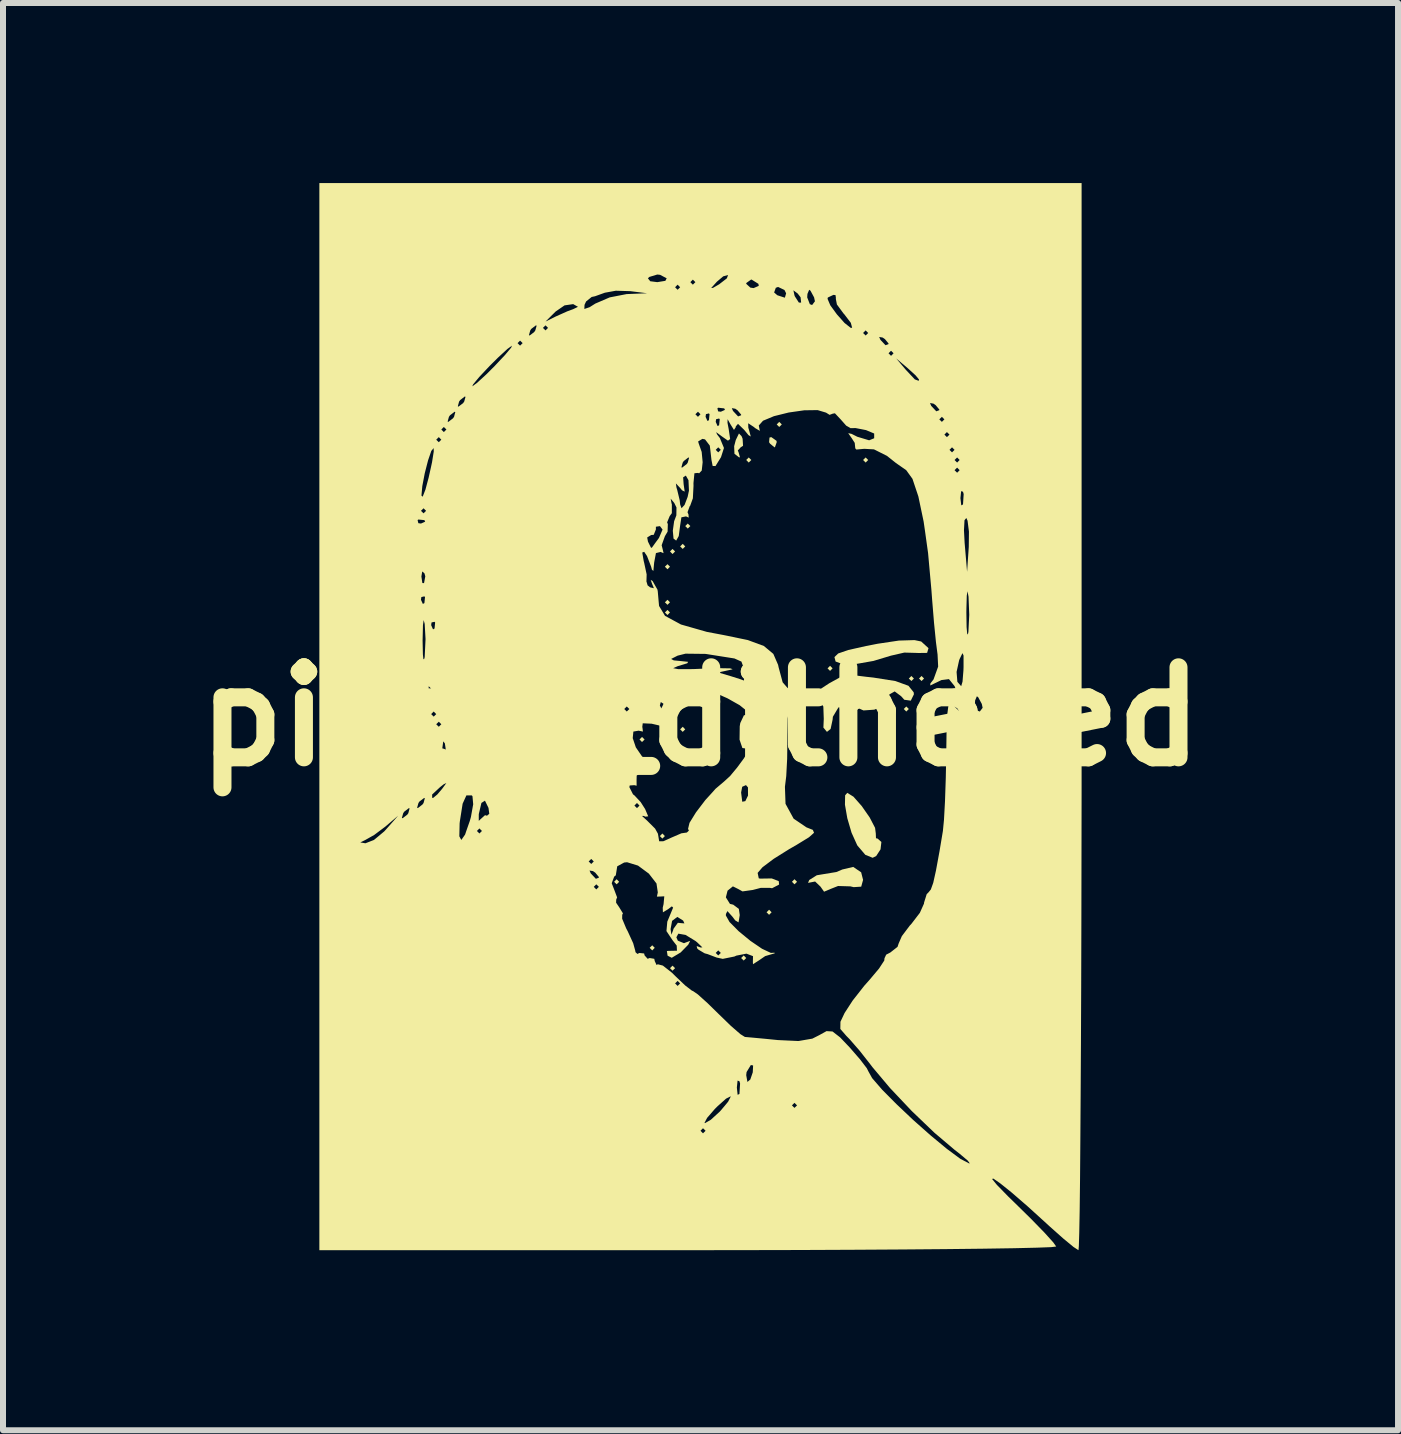
<source format=kicad_pcb>
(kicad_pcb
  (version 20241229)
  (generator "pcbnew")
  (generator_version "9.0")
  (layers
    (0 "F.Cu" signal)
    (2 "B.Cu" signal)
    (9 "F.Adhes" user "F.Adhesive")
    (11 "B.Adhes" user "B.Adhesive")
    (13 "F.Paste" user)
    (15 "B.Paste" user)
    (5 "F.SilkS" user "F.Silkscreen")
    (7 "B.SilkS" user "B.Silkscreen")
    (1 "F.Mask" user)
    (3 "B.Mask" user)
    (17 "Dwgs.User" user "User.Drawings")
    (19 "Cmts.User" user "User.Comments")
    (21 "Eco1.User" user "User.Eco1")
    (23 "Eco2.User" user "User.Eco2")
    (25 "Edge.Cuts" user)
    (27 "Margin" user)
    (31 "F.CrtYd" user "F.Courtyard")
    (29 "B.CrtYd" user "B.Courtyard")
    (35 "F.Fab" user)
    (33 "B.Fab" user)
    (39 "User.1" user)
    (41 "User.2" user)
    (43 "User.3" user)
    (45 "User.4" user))
  (footprint "pister_dithered"
    (layer "F.Cu")
    (at 8.621 8.89)
    (property "Reference" "pister_dithered" (at 0 0 0) (layer "F.SilkS") (effects (font (size 1.5 1.5) (thickness 0.3))))
    (attr board_only exclude_from_pos_files exclude_from_bom)
    (fp_poly (pts (xy -1.355 2.752) (xy -1.397 2.794) (xy -1.439 2.752) (xy -1.397 2.709)) (stroke (width 0) (type solid)) (fill yes) (layer "F.SilkS"))
    (fp_poly (pts (xy -0.931 0.381) (xy -0.974 0.423) (xy -1.016 0.381) (xy -0.974 0.339)) (stroke (width 0) (type solid)) (fill yes) (layer "F.SilkS"))
    (fp_poly (pts (xy -0.762 3.852) (xy -0.804 3.895) (xy -0.847 3.852) (xy -0.804 3.81)) (stroke (width 0) (type solid)) (fill yes) (layer "F.SilkS"))
    (fp_poly (pts (xy -0.593 1.99) (xy -0.635 2.032) (xy -0.677 1.99) (xy -0.635 1.947)) (stroke (width 0) (type solid)) (fill yes) (layer "F.SilkS"))
    (fp_poly (pts (xy -0.508 -2.498) (xy -0.55 -2.455) (xy -0.593 -2.498) (xy -0.55 -2.54)) (stroke (width 0) (type solid)) (fill yes) (layer "F.SilkS"))
    (fp_poly (pts (xy -0.508 -1.905) (xy -0.55 -1.863) (xy -0.593 -1.905) (xy -0.55 -1.947)) (stroke (width 0) (type solid)) (fill yes) (layer "F.SilkS"))
    (fp_poly (pts (xy -0.508 -1.736) (xy -0.55 -1.693) (xy -0.593 -1.736) (xy -0.55 -1.778)) (stroke (width 0) (type solid)) (fill yes) (layer "F.SilkS"))
    (fp_poly (pts (xy -0.423 -2.752) (xy -0.466 -2.709) (xy -0.508 -2.752) (xy -0.466 -2.794)) (stroke (width 0) (type solid)) (fill yes) (layer "F.SilkS"))
    (fp_poly (pts (xy -0.423 4.191) (xy -0.466 4.233) (xy -0.508 4.191) (xy -0.466 4.149)) (stroke (width 0) (type solid)) (fill yes) (layer "F.SilkS"))
    (fp_poly (pts (xy -0.254 -2.836) (xy -0.296 -2.794) (xy -0.339 -2.836) (xy -0.296 -2.879)) (stroke (width 0) (type solid)) (fill yes) (layer "F.SilkS"))
    (fp_poly (pts (xy -0.254 0.212) (xy -0.296 0.254) (xy -0.339 0.212) (xy -0.296 0.169)) (stroke (width 0) (type solid)) (fill yes) (layer "F.SilkS"))
    (fp_poly (pts (xy -0.169 -3.175) (xy -0.212 -3.133) (xy -0.254 -3.175) (xy -0.212 -3.217)) (stroke (width 0) (type solid)) (fill yes) (layer "F.SilkS"))
    (fp_poly (pts (xy 0.762 4.022) (xy 0.72 4.064) (xy 0.677 4.022) (xy 0.72 3.979)) (stroke (width 0) (type solid)) (fill yes) (layer "F.SilkS"))
    (fp_poly (pts (xy 0.847 -4.276) (xy 0.804 -4.233) (xy 0.762 -4.276) (xy 0.804 -4.318)) (stroke (width 0) (type solid)) (fill yes) (layer "F.SilkS"))
    (fp_poly (pts (xy 1.185 3.26) (xy 1.143 3.302) (xy 1.101 3.26) (xy 1.143 3.217)) (stroke (width 0) (type solid)) (fill yes) (layer "F.SilkS"))
    (fp_poly (pts (xy 1.355 -4.868) (xy 1.312 -4.826) (xy 1.27 -4.868) (xy 1.312 -4.911)) (stroke (width 0) (type solid)) (fill yes) (layer "F.SilkS"))
    (fp_poly (pts (xy 1.609 2.752) (xy 1.566 2.794) (xy 1.524 2.752) (xy 1.566 2.709)) (stroke (width 0) (type solid)) (fill yes) (layer "F.SilkS"))
    (fp_poly (pts (xy 2.201 -0.804) (xy 2.159 -0.762) (xy 2.117 -0.804) (xy 2.159 -0.847)) (stroke (width 0) (type solid)) (fill yes) (layer "F.SilkS"))
    (fp_poly (pts (xy 2.794 -4.276) (xy 2.752 -4.233) (xy 2.709 -4.276) (xy 2.752 -4.318)) (stroke (width 0) (type solid)) (fill yes) (layer "F.SilkS"))
    (fp_poly (pts (xy 3.471 -0.127) (xy 3.429 -0.085) (xy 3.387 -0.127) (xy 3.429 -0.169)) (stroke (width 0) (type solid)) (fill yes) (layer "F.SilkS"))
    (fp_poly (pts (xy 3.556 -0.635) (xy 3.514 -0.593) (xy 3.471 -0.635) (xy 3.514 -0.677)) (stroke (width 0) (type solid)) (fill yes) (layer "F.SilkS"))
    (fp_poly (pts (xy 3.725 -0.635) (xy 3.683 -0.593) (xy 3.641 -0.635) (xy 3.683 -0.677)) (stroke (width 0) (type solid)) (fill yes) (layer "F.SilkS"))
    (fp_poly (pts (xy 3.895 -0.381) (xy 3.852 -0.339) (xy 3.81 -0.381) (xy 3.852 -0.423)) (stroke (width 0) (type solid)) (fill yes) (layer "F.SilkS"))
    (fp_poly (pts (xy 1.267 -4.595) (xy 1.27 -4.572) (xy 1.241 -4.49) (xy 1.233 -4.487) (xy 1.16 -4.547) (xy 1.143 -4.572) (xy 1.15 -4.65) (xy 1.18 -4.657)) (stroke (width 0) (type solid)) (fill yes) (layer "F.SilkS"))
    (fp_poly (pts (xy 0.685 -4.672) (xy 0.702 -4.629) (xy 0.709 -4.512) (xy 0.67 -4.487) (xy 0.622 -4.435) (xy 0.635 -4.403) (xy 0.657 -4.324) (xy 0.645 -4.318) (xy 0.569 -4.377) (xy 0.566 -4.381) (xy 0.561 -4.505) (xy 0.588 -4.608) (xy 0.641 -4.718)) (stroke (width 0) (type solid)) (fill yes) (layer "F.SilkS"))
    (fp_poly (pts (xy 2.677 2.594) (xy 2.709 2.72) (xy 2.678 2.833) (xy 2.552 2.841) (xy 2.497 2.828) (xy 2.292 2.822) (xy 2.168 2.871) (xy 2.059 2.917) (xy 2 2.833) (xy 1.91 2.747) (xy 1.85 2.759) (xy 1.792 2.77) (xy 1.812 2.722) (xy 1.938 2.643) (xy 2.058 2.623) (xy 2.265 2.589) (xy 2.363 2.547) (xy 2.545 2.504)) (stroke (width 0) (type solid)) (fill yes) (layer "F.SilkS"))
    (fp_poly (pts (xy 2.549 1.334) (xy 2.686 1.489) (xy 2.819 1.68) (xy 2.909 1.853) (xy 2.921 1.948) (xy 2.924 2.026) (xy 2.951 2.032) (xy 3.014 2.089) (xy 3 2.211) (xy 2.928 2.322) (xy 2.869 2.352) (xy 2.747 2.303) (xy 2.617 2.151) (xy 2.61 2.14) (xy 2.517 1.934) (xy 2.446 1.692) (xy 2.407 1.467) (xy 2.41 1.311) (xy 2.446 1.27)) (stroke (width 0) (type solid)) (fill yes) (layer "F.SilkS"))
    (fp_poly (pts (xy 3.677 -1.252) (xy 3.799 -1.141) (xy 3.776 -1.062) (xy 3.622 -1.06) (xy 3.616 -1.061) (xy 3.396 -1.067) (xy 3.174 -1.016) (xy 2.882 -0.928) (xy 2.598 -0.878) (xy 2.371 -0.873) (xy 2.252 -0.918) (xy 2.251 -0.919) (xy 2.232 -0.992) (xy 2.294 -1.052) (xy 2.462 -1.11) (xy 2.761 -1.177) (xy 2.95 -1.214) (xy 3.305 -1.267) (xy 3.566 -1.275)) (stroke (width 0) (type solid)) (fill yes) (layer "F.SilkS"))
    (fp_poly (pts (xy 2.558 -0.689) (xy 2.768 -0.663) (xy 2.879 -0.651) (xy 3.247 -0.593) (xy 3.465 -0.514) (xy 3.552 -0.406) (xy 3.556 -0.372) (xy 3.504 -0.266) (xy 3.396 -0.281) (xy 3.344 -0.339) (xy 3.236 -0.42) (xy 3.147 -0.37) (xy 3.133 -0.298) (xy 3.061 -0.188) (xy 2.897 -0.116) (xy 2.716 -0.103) (xy 2.611 -0.149) (xy 2.454 -0.212) (xy 2.297 -0.151) (xy 2.206 0.002) (xy 2.201 0.052) (xy 2.168 0.206) (xy 2.107 0.254) (xy 2.048 0.183) (xy 2.054 0.038) (xy 2.047 -0.167) (xy 1.987 -0.287) (xy 1.941 -0.376) (xy 1.944 -0.381) (xy 2.879 -0.381) (xy 2.921 -0.339) (xy 2.963 -0.381) (xy 2.921 -0.423) (xy 2.879 -0.381) (xy 1.944 -0.381) (xy 2.014 -0.47) (xy 2.146 -0.556) (xy 2.331 -0.658) (xy 2.446 -0.704) (xy 2.455 -0.704)) (stroke (width 0) (type solid)) (fill yes) (layer "F.SilkS"))
    (fp_poly (pts (xy 6.35 0) (xy 6.35 1.211) (xy 6.348 2.374) (xy 6.346 3.477) (xy 6.343 4.509) (xy 6.339 5.459) (xy 6.334 6.317) (xy 6.329 7.07) (xy 6.324 7.708) (xy 6.318 8.22) (xy 6.311 8.595) (xy 6.304 8.822) (xy 6.298 8.89) (xy 6.215 8.836) (xy 6.044 8.695) (xy 5.817 8.493) (xy 5.765 8.445) (xy 5.448 8.157) (xy 5.187 7.931) (xy 4.994 7.776) (xy 4.88 7.697) (xy 4.858 7.703) (xy 4.938 7.801) (xy 5.131 7.999) (xy 5.228 8.093) (xy 5.505 8.365) (xy 5.73 8.596) (xy 5.878 8.76) (xy 5.927 8.829) (xy 5.844 8.839) (xy 5.606 8.848) (xy 5.225 8.857) (xy 4.714 8.865) (xy 4.087 8.872) (xy 3.358 8.878) (xy 2.539 8.883) (xy 1.644 8.887) (xy 0.686 8.889) (xy -0.212 8.89) (xy -6.35 8.89) (xy -6.35 6.9) (xy 0 6.9) (xy 0.042 6.943) (xy 0.085 6.9) (xy 0.042 6.858) (xy 0 6.9) (xy -6.35 6.9) (xy -6.35 6.768) (xy 0.067 6.768) (xy 0.075 6.773) (xy 0.172 6.717) (xy 0.321 6.581) (xy 0.338 6.562) (xy 0.41 6.477) (xy 1.524 6.477) (xy 1.566 6.519) (xy 1.609 6.477) (xy 1.566 6.435) (xy 1.524 6.477) (xy 0.41 6.477) (xy 0.461 6.415) (xy 0.504 6.331) (xy 0.501 6.327) (xy 0.426 6.365) (xy 0.284 6.492) (xy 0.238 6.538) (xy 0.11 6.686) (xy 0.067 6.768) (xy -6.35 6.768) (xy -6.35 6.181) (xy 0.606 6.181) (xy 0.619 6.301) (xy 0.649 6.287) (xy 0.66 6.113) (xy 0.649 6.075) (xy 0.618 6.064) (xy 0.606 6.181) (xy -6.35 6.181) (xy -6.35 5.974) (xy 0.762 5.974) (xy 0.782 6.087) (xy 0.83 6.046) (xy 0.871 5.927) (xy 0.877 5.812) (xy 0.839 5.805) (xy 0.768 5.922) (xy 0.762 5.974) (xy -6.35 5.974) (xy -6.35 4.445) (xy -0.423 4.445) (xy -0.381 4.487) (xy -0.339 4.445) (xy -0.381 4.403) (xy -0.423 4.445) (xy -6.35 4.445) (xy -6.35 2.836) (xy -1.778 2.836) (xy -1.736 2.879) (xy -1.693 2.836) (xy -1.736 2.794) (xy -1.778 2.836) (xy -6.35 2.836) (xy -6.35 2.776) (xy -1.479 2.776) (xy -1.437 2.884) (xy -1.389 3.012) (xy -1.404 3.048) (xy -1.406 3.1) (xy -1.355 3.175) (xy -1.292 3.278) (xy -1.304 3.302) (xy -1.305 3.367) (xy -1.238 3.528) (xy -1.212 3.577) (xy -1.121 3.776) (xy -1.084 3.91) (xy -1.085 3.922) (xy -1.051 3.954) (xy -1.018 3.938) (xy -0.939 3.946) (xy -0.931 3.979) (xy -0.88 4.035) (xy -0.847 4.022) (xy -0.77 4.035) (xy -0.762 4.073) (xy -0.732 4.138) (xy -0.711 4.126) (xy -0.627 4.148) (xy -0.478 4.265) (xy -0.418 4.324) (xy -0.255 4.479) (xy -0.142 4.566) (xy -0.125 4.572) (xy -0.044 4.628) (xy 0.117 4.773) (xy 0.301 4.953) (xy 0.506 5.152) (xy 0.666 5.291) (xy 0.74 5.337) (xy 0.854 5.347) (xy 1.08 5.368) (xy 1.291 5.389) (xy 1.632 5.405) (xy 1.864 5.365) (xy 1.977 5.308) (xy 2.1 5.24) (xy 2.2 5.246) (xy 2.326 5.344) (xy 2.486 5.512) (xy 2.658 5.71) (xy 2.771 5.858) (xy 2.796 5.908) (xy 2.86 6.023) (xy 3.026 6.215) (xy 3.265 6.456) (xy 3.544 6.72) (xy 3.835 6.978) (xy 4.107 7.203) (xy 4.329 7.367) (xy 4.471 7.442) (xy 4.487 7.444) (xy 4.454 7.398) (xy 4.319 7.284) (xy 4.233 7.217) (xy 3.899 6.934) (xy 3.521 6.572) (xy 3.158 6.188) (xy 2.866 5.841) (xy 2.835 5.8) (xy 2.653 5.568) (xy 2.485 5.375) (xy 2.43 5.319) (xy 2.33 5.204) (xy 2.332 5.084) (xy 2.401 4.938) (xy 2.536 4.73) (xy 2.73 4.483) (xy 2.818 4.384) (xy 2.975 4.197) (xy 3.062 4.064) (xy 3.066 4.026) (xy 3.094 3.966) (xy 3.163 3.93) (xy 3.283 3.836) (xy 3.302 3.779) (xy 3.355 3.657) (xy 3.486 3.483) (xy 3.514 3.453) (xy 3.655 3.269) (xy 3.724 3.115) (xy 3.725 3.099) (xy 3.769 2.958) (xy 3.799 2.928) (xy 3.838 2.88) (xy 3.878 2.769) (xy 3.923 2.567) (xy 3.982 2.247) (xy 4.039 1.905) (xy 4.057 1.719) (xy 4.074 1.409) (xy 4.087 1.022) (xy 4.094 0.668) (xy 4.1 0.25) (xy 4.11 -0.022) (xy 4.129 -0.171) (xy 4.16 -0.221) (xy 4.208 -0.195) (xy 4.255 -0.145) (xy 4.361 -0.047) (xy 4.403 -0.055) (xy 4.349 -0.18) (xy 4.322 -0.212) (xy 4.572 -0.212) (xy 4.616 -0.099) (xy 4.654 -0.085) (xy 4.701 -0.147) (xy 4.687 -0.212) (xy 4.627 -0.323) (xy 4.605 -0.339) (xy 4.576 -0.27) (xy 4.572 -0.212) (xy 4.322 -0.212) (xy 4.301 -0.237) (xy 4.244 -0.322) (xy 4.262 -0.339) (xy 4.277 -0.4) (xy 4.233 -0.509) (xy 4.14 -0.625) (xy 4.014 -0.609) (xy 3.955 -0.58) (xy 3.828 -0.519) (xy 3.831 -0.554) (xy 3.883 -0.62) (xy 3.928 -0.745) (xy 4.267 -0.745) (xy 4.28 -0.58) (xy 4.343 -0.508) (xy 4.344 -0.508) (xy 4.366 -0.583) (xy 4.381 -0.769) (xy 4.383 -0.826) (xy 4.383 -1.018) (xy 4.365 -1.058) (xy 4.317 -0.959) (xy 4.309 -0.937) (xy 4.267 -0.745) (xy 3.928 -0.745) (xy 3.96 -0.834) (xy 3.95 -1.036) (xy 3.923 -1.244) (xy 3.891 -1.565) (xy 3.877 -1.736) (xy 4.43 -1.736) (xy 4.434 -1.489) (xy 4.445 -1.366) (xy 4.46 -1.389) (xy 4.464 -1.416) (xy 4.478 -1.696) (xy 4.466 -1.998) (xy 4.464 -2.009) (xy 4.449 -2.089) (xy 4.437 -2.017) (xy 4.431 -1.808) (xy 4.43 -1.736) (xy 3.877 -1.736) (xy 3.86 -1.944) (xy 3.847 -2.117) (xy 3.792 -2.725) (xy 3.739 -3.105) (xy 4.39 -3.105) (xy 4.401 -2.896) (xy 4.442 -2.413) (xy 4.47 -2.827) (xy 4.473 -3.082) (xy 4.45 -3.264) (xy 4.429 -3.31) (xy 4.399 -3.272) (xy 4.39 -3.105) (xy 3.739 -3.105) (xy 3.718 -3.25) (xy 3.636 -3.641) (xy 4.331 -3.641) (xy 4.345 -3.52) (xy 4.374 -3.535) (xy 4.385 -3.708) (xy 4.374 -3.747) (xy 4.343 -3.757) (xy 4.331 -3.641) (xy 3.636 -3.641) (xy 3.63 -3.669) (xy 3.532 -3.962) (xy 3.428 -4.106) (xy 4.233 -4.106) (xy 4.276 -4.064) (xy 4.318 -4.106) (xy 4.276 -4.149) (xy 4.233 -4.106) (xy 3.428 -4.106) (xy 3.256 -4.226) (xy 3.193 -4.276) (xy 4.233 -4.276) (xy 4.276 -4.233) (xy 4.318 -4.276) (xy 4.276 -4.318) (xy 4.233 -4.276) (xy 3.193 -4.276) (xy 3.106 -4.345) (xy 2.907 -4.445) (xy 4.149 -4.445) (xy 4.191 -4.403) (xy 4.233 -4.445) (xy 4.191 -4.487) (xy 4.149 -4.445) (xy 2.907 -4.445) (xy 2.89 -4.453) (xy 2.729 -4.462) (xy 2.597 -4.45) (xy 2.579 -4.47) (xy 2.57 -4.561) (xy 2.518 -4.642) (xy 2.461 -4.723) (xy 2.518 -4.711) (xy 2.613 -4.663) (xy 2.81 -4.604) (xy 2.894 -4.638) (xy 2.894 -4.699) (xy 4.064 -4.699) (xy 4.106 -4.657) (xy 4.149 -4.699) (xy 4.106 -4.741) (xy 4.064 -4.699) (xy 2.894 -4.699) (xy 2.894 -4.717) (xy 2.758 -4.774) (xy 2.583 -4.808) (xy 2.502 -4.806) (xy 2.428 -4.848) (xy 2.335 -4.953) (xy 3.979 -4.953) (xy 4.022 -4.911) (xy 4.064 -4.953) (xy 4.022 -4.995) (xy 3.979 -4.953) (xy 2.335 -4.953) (xy 2.24 -5.054) (xy 2.204 -5.048) (xy 2.151 -5.028) (xy 2.092 -5.065) (xy 1.952 -5.107) (xy 1.729 -5.104) (xy 1.47 -5.067) (xy 1.224 -5.006) (xy 1.042 -4.93) (xy 0.971 -4.85) (xy 0.974 -4.837) (xy 0.989 -4.761) (xy 0.91 -4.808) (xy 0.889 -4.826) (xy 0.795 -4.888) (xy 0.797 -4.814) (xy 0.809 -4.774) (xy 0.838 -4.667) (xy 0.8 -4.69) (xy 0.727 -4.779) (xy 0.625 -4.878) (xy 0.588 -4.835) (xy 0.587 -4.821) (xy 0.558 -4.777) (xy 0.501 -4.868) (xy 0.452 -4.956) (xy 0.45 -4.896) (xy 0.47 -4.79) (xy 0.494 -4.625) (xy 0.458 -4.598) (xy 0.365 -4.663) (xy 0.261 -4.74) (xy 0.276 -4.703) (xy 0.323 -4.641) (xy 0.391 -4.476) (xy 0.342 -4.323) (xy 0.25 -4.175) (xy 0.203 -4.176) (xy 0.183 -4.276) (xy 0.164 -4.445) (xy 0.254 -4.445) (xy 0.296 -4.403) (xy 0.339 -4.445) (xy 0.296 -4.487) (xy 0.254 -4.445) (xy 0.164 -4.445) (xy 0.161 -4.469) (xy 0.155 -4.516) (xy 0.076 -4.619) (xy 0.032 -4.628) (xy -0.039 -4.585) (xy -0.03 -4.552) (xy 0.02 -4.41) (xy 0.036 -4.239) (xy 0.021 -4.1) (xy -0.024 -4.053) (xy -0.039 -4.061) (xy -0.101 -4.055) (xy -0.117 -3.89) (xy -0.116 -3.846) (xy -0.127 -3.637) (xy -0.172 -3.513) (xy -0.179 -3.507) (xy -0.216 -3.406) (xy -0.2 -3.368) (xy -0.196 -3.316) (xy -0.241 -3.336) (xy -0.318 -3.321) (xy -0.339 -3.185) (xy -0.362 -3.009) (xy -0.405 -2.933) (xy -0.449 -2.966) (xy -0.461 -3.097) (xy -0.439 -3.256) (xy -0.402 -3.353) (xy -0.4 -3.485) (xy -0.437 -3.56) (xy -0.497 -3.632) (xy -0.482 -3.553) (xy -0.477 -3.538) (xy -0.477 -3.39) (xy -0.513 -3.341) (xy -0.556 -3.237) (xy -0.544 -3.208) (xy -0.548 -3.082) (xy -0.593 -3.006) (xy -0.647 -2.856) (xy -0.629 -2.785) (xy -0.615 -2.723) (xy -0.664 -2.744) (xy -0.742 -2.725) (xy -0.772 -2.566) (xy -0.785 -2.427) (xy -0.809 -2.449) (xy -0.822 -2.498) (xy -0.891 -2.676) (xy -0.938 -2.746) (xy -0.97 -2.734) (xy -0.946 -2.593) (xy -0.938 -2.562) (xy -0.897 -2.37) (xy -0.9 -2.261) (xy -0.902 -2.259) (xy -0.881 -2.187) (xy -0.839 -2.154) (xy -0.776 -2.139) (xy -0.805 -2.209) (xy -0.83 -2.279) (xy -0.798 -2.259) (xy -0.717 -2.116) (xy -0.712 -2.09) (xy -0.697 -1.919) (xy -0.69 -1.844) (xy -0.591 -1.679) (xy -0.325 -1.535) (xy 0.106 -1.412) (xy 0.381 -1.36) (xy 0.788 -1.276) (xy 1.056 -1.177) (xy 1.214 -1.045) (xy 1.293 -0.863) (xy 1.302 -0.821) (xy 1.369 -0.572) (xy 1.474 -0.451) (xy 1.635 -0.418) (xy 1.82 -0.412) (xy 1.632 -0.321) (xy 1.534 -0.256) (xy 1.477 -0.152) (xy 1.453 0.033) (xy 1.448 0.341) (xy 1.448 0.372) (xy 1.444 0.703) (xy 1.429 0.99) (xy 1.407 1.169) (xy 1.417 1.453) (xy 1.552 1.7) (xy 1.766 1.845) (xy 1.872 1.887) (xy 1.892 1.935) (xy 1.808 2.01) (xy 1.601 2.137) (xy 1.479 2.207) (xy 1.222 2.368) (xy 1.033 2.51) (xy 0.953 2.603) (xy 0.952 2.603) (xy 0.971 2.694) (xy 0.995 2.699) (xy 1.187 2.696) (xy 1.304 2.741) (xy 1.31 2.798) (xy 1.193 2.859) (xy 1.156 2.853) (xy 1.005 2.853) (xy 0.871 2.888) (xy 0.7 2.912) (xy 0.632 2.874) (xy 0.54 2.828) (xy 0.451 2.9) (xy 0.423 3.011) (xy 0.491 3.12) (xy 0.545 3.133) (xy 0.639 3.203) (xy 0.654 3.307) (xy 0.634 3.428) (xy 0.579 3.395) (xy 0.532 3.333) (xy 0.449 3.24) (xy 0.424 3.288) (xy 0.423 3.314) (xy 0.484 3.422) (xy 0.636 3.575) (xy 0.832 3.736) (xy 1.026 3.868) (xy 1.173 3.937) (xy 1.216 3.934) (xy 1.24 3.936) (xy 1.235 3.944) (xy 1.163 3.965) (xy 1.078 3.99) (xy 0.97 4.064) (xy 0.875 4.125) (xy 0.873 4.092) (xy 0.875 3.991) (xy 0.766 3.949) (xy 0.598 3.982) (xy 0.565 3.997) (xy 0.371 4.036) (xy 0.269 4.014) (xy 0.119 3.957) (xy 0.071 3.944) (xy 0.058 3.937) (xy 0.254 3.937) (xy 0.296 3.979) (xy 0.339 3.937) (xy 0.296 3.895) (xy 0.254 3.937) (xy 0.058 3.937) (xy -0.033 3.883) (xy -0.056 3.86) (xy -0.063 3.822) (xy 0 3.846) (xy 0.032 3.845) (xy -0.054 3.762) (xy -0.082 3.739) (xy -0.249 3.637) (xy -0.369 3.616) (xy -0.402 3.677) (xy -0.377 3.733) (xy -0.275 3.775) (xy -0.248 3.764) (xy -0.172 3.736) (xy -0.204 3.8) (xy -0.33 3.929) (xy -0.33 3.929) (xy -0.479 4.018) (xy -0.548 3.983) (xy -0.56 3.906) (xy -0.535 3.903) (xy -0.392 3.9) (xy -0.396 3.815) (xy -0.466 3.725) (xy -0.567 3.573) (xy -0.564 3.54) (xy -0.498 3.54) (xy -0.485 3.634) (xy -0.458 3.566) (xy -0.449 3.534) (xy -0.377 3.435) (xy -0.319 3.441) (xy -0.268 3.445) (xy -0.289 3.398) (xy -0.386 3.337) (xy -0.473 3.403) (xy -0.498 3.54) (xy -0.564 3.54) (xy -0.553 3.416) (xy -0.517 3.33) (xy -0.456 3.182) (xy -0.477 3.161) (xy -0.539 3.208) (xy -0.626 3.261) (xy -0.629 3.184) (xy -0.615 3.124) (xy -0.603 2.994) (xy -0.663 2.997) (xy -0.726 2.999) (xy -0.711 2.929) (xy -0.733 2.78) (xy -0.86 2.616) (xy -1.041 2.482) (xy -1.223 2.426) (xy -1.272 2.431) (xy -1.387 2.494) (xy -1.395 2.544) (xy -1.411 2.644) (xy -1.438 2.666) (xy -1.479 2.776) (xy -6.35 2.776) (xy -6.35 2.564) (xy -1.849 2.564) (xy -1.828 2.612) (xy -1.743 2.702) (xy -1.694 2.684) (xy -1.693 2.672) (xy -1.753 2.6) (xy -1.791 2.574) (xy -1.849 2.564) (xy -6.35 2.564) (xy -6.35 2.413) (xy -1.863 2.413) (xy -1.82 2.455) (xy -1.778 2.413) (xy -1.82 2.371) (xy -1.863 2.413) (xy -6.35 2.413) (xy -6.35 2.096) (xy -5.668 2.096) (xy -5.584 2.11) (xy -5.582 2.11) (xy -5.441 2.055) (xy -5.367 1.994) (xy -4.018 1.994) (xy -3.985 2.055) (xy -3.922 1.965) (xy -3.902 1.905) (xy -3.725 1.905) (xy -3.683 1.947) (xy -3.641 1.905) (xy -3.683 1.863) (xy -3.725 1.905) (xy -3.902 1.905) (xy -3.843 1.737) (xy -3.694 1.737) (xy -3.67 1.714) (xy -3.59 1.642) (xy -3.557 1.651) (xy -3.519 1.619) (xy -3.532 1.521) (xy -3.551 1.482) (xy -1.101 1.482) (xy -1.058 1.524) (xy -1.016 1.482) (xy -1.058 1.439) (xy -1.101 1.482) (xy -3.551 1.482) (xy -3.591 1.4) (xy -3.65 1.438) (xy -3.693 1.621) (xy -3.694 1.632) (xy -3.694 1.737) (xy -3.843 1.737) (xy -3.841 1.729) (xy -3.825 1.673) (xy -3.787 1.46) (xy -3.799 1.326) (xy -3.811 1.312) (xy -3.9 1.312) (xy -3.963 1.451) (xy -4.009 1.743) (xy -4.013 1.777) (xy -4.018 1.994) (xy -5.367 1.994) (xy -5.269 1.912) (xy -5.243 1.884) (xy -5.07 1.688) (xy -4.975 1.688) (xy -4.963 1.693) (xy -4.886 1.634) (xy -4.868 1.609) (xy -4.847 1.53) (xy -4.858 1.524) (xy -4.936 1.584) (xy -4.953 1.609) (xy -4.975 1.688) (xy -5.07 1.688) (xy -5.038 1.651) (xy -5.249 1.831) (xy -5.437 1.972) (xy -5.588 2.057) (xy -5.668 2.096) (xy -6.35 2.096) (xy -6.35 1.518) (xy -4.721 1.518) (xy -4.709 1.524) (xy -4.632 1.464) (xy -4.614 1.439) (xy -4.593 1.36) (xy -4.604 1.355) (xy -4.682 1.414) (xy -4.699 1.439) (xy -4.721 1.518) (xy -6.35 1.518) (xy -6.35 1.298) (xy -4.471 1.298) (xy -4.47 1.353) (xy -4.455 1.355) (xy -4.385 1.297) (xy -4.307 1.206) (xy -4.284 1.175) (xy -1.185 1.175) (xy -1.124 1.295) (xy -1.101 1.312) (xy -0.997 1.423) (xy -0.923 1.539) (xy -0.871 1.661) (xy -0.918 1.667) (xy -0.944 1.655) (xy -0.975 1.654) (xy -0.889 1.733) (xy -0.756 1.866) (xy -0.709 1.951) (xy -0.689 2.072) (xy -0.688 2.077) (xy -0.617 2.076) (xy -0.487 2.017) (xy -0.318 1.944) (xy -0.227 1.931) (xy -0.193 1.899) (xy -0.207 1.87) (xy -0.183 1.77) (xy -0.075 1.595) (xy 0.081 1.39) (xy 0.195 1.265) (xy 0.677 1.265) (xy 0.696 1.418) (xy 0.747 1.408) (xy 0.792 1.315) (xy 0.791 1.179) (xy 0.758 1.141) (xy 0.695 1.169) (xy 0.677 1.265) (xy 0.195 1.265) (xy 0.251 1.202) (xy 0.397 1.078) (xy 0.493 0.99) (xy 0.611 0.848) (xy 0.723 0.696) (xy 0.797 0.575) (xy 0.802 0.528) (xy 0.785 0.536) (xy 0.698 0.523) (xy 0.651 0.384) (xy 0.654 0.161) (xy 0.663 0.107) (xy 0.724 -0.023) (xy 0.793 -0.029) (xy 0.845 -0.014) (xy 0.799 -0.073) (xy 0.652 -0.191) (xy 0.448 -0.306) (xy 0.239 -0.398) (xy 0.076 -0.441) (xy 0.014 -0.423) (xy -0.076 -0.325) (xy -0.249 -0.214) (xy -0.444 -0.142) (xy -0.567 -0.179) (xy -0.58 -0.191) (xy -0.661 -0.243) (xy -0.677 -0.186) (xy -0.628 -0.091) (xy -0.603 -0.085) (xy -0.524 -0.014) (xy -0.483 0.085) (xy -0.478 0.199) (xy -0.517 0.206) (xy -0.655 0.155) (xy -0.813 0.118) (xy -0.962 0.111) (xy -0.97 0.175) (xy -0.967 0.181) (xy -0.959 0.249) (xy -1.031 0.234) (xy -1.118 0.249) (xy -1.129 0.358) (xy -1.077 0.512) (xy -0.975 0.661) (xy -0.914 0.714) (xy -0.799 0.805) (xy -0.83 0.854) (xy -0.93 0.889) (xy -1.063 0.982) (xy -1.065 1.07) (xy -1.064 1.151) (xy -1.102 1.142) (xy -1.179 1.147) (xy -1.185 1.175) (xy -4.284 1.175) (xy -4.234 1.106) (xy -4.278 1.127) (xy -4.339 1.175) (xy -4.471 1.298) (xy -6.35 1.298) (xy -6.35 0.55) (xy -4.301 0.55) (xy -4.292 0.695) (xy -4.266 0.708) (xy -4.262 0.7) (xy -4.246 0.532) (xy -4.259 0.446) (xy -4.286 0.412) (xy -4.301 0.524) (xy -4.301 0.55) (xy -6.35 0.55) (xy -6.35 0.127) (xy -4.403 0.127) (xy -4.36 0.169) (xy -4.318 0.127) (xy -4.36 0.085) (xy -4.403 0.127) (xy -6.35 0.127) (xy -6.35 0) (xy -6.35 -0.042) (xy -4.487 -0.042) (xy -4.445 0) (xy -4.403 -0.042) (xy -4.445 -0.085) (xy -4.487 -0.042) (xy -6.35 -0.042) (xy -6.35 -0.127) (xy -1.27 -0.127) (xy -1.228 -0.085) (xy -1.185 -0.127) (xy -1.228 -0.169) (xy -1.27 -0.127) (xy -6.35 -0.127) (xy -6.35 -0.466) (xy -4.572 -0.466) (xy -4.53 -0.423) (xy -4.487 -0.466) (xy -4.53 -0.508) (xy -4.572 -0.466) (xy -6.35 -0.466) (xy -6.35 -1.27) (xy -4.63 -1.27) (xy -4.625 -1.037) (xy -4.614 -0.934) (xy -4.604 -0.961) (xy -0.489 -0.961) (xy -0.445 -0.937) (xy -0.339 -0.927) (xy -0.206 -0.913) (xy -0.22 -0.889) (xy -0.381 -0.84) (xy -0.455 -0.807) (xy -0.37 -0.791) (xy -0.122 -0.792) (xy 0.042 -0.799) (xy 0.325 -0.807) (xy 0.497 -0.804) (xy 0.536 -0.79) (xy 0.508 -0.782) (xy 0.296 -0.736) (xy 0.508 -0.673) (xy 0.666 -0.623) (xy 0.723 -0.601) (xy 0.731 -0.665) (xy 0.739 -0.762) (xy 0.682 -0.917) (xy 0.566 -0.969) (xy 0.085 -1.045) (xy -0.249 -1.049) (xy -0.381 -1.016) (xy -0.489 -0.961) (xy -4.604 -0.961) (xy -4.598 -0.978) (xy -4.595 -0.995) (xy -4.581 -1.292) (xy -4.594 -1.524) (xy -4.487 -1.524) (xy -4.456 -1.454) (xy -4.431 -1.468) (xy -4.421 -1.568) (xy -4.431 -1.58) (xy -4.481 -1.569) (xy -4.487 -1.524) (xy -4.594 -1.524) (xy -4.595 -1.545) (xy -4.612 -1.609) (xy -4.624 -1.523) (xy -4.629 -1.305) (xy -4.63 -1.27) (xy -6.35 -1.27) (xy -6.35 -1.947) (xy -4.657 -1.947) (xy -4.626 -1.878) (xy -4.6 -1.891) (xy -4.59 -1.991) (xy -4.6 -2.004) (xy -4.651 -1.992) (xy -4.657 -1.947) (xy -6.35 -1.947) (xy -6.35 -2.335) (xy -4.65 -2.335) (xy -4.634 -2.226) (xy -4.606 -2.224) (xy -4.585 -2.338) (xy -4.599 -2.387) (xy -4.636 -2.419) (xy -4.65 -2.335) (xy -6.35 -2.335) (xy -6.35 -2.985) (xy -0.888 -2.985) (xy -0.875 -2.916) (xy -0.826 -2.817) (xy -0.812 -2.812) (xy -0.756 -2.89) (xy -0.692 -2.977) (xy -0.632 -3.116) (xy -0.675 -3.174) (xy -0.743 -3.164) (xy -0.743 -3.118) (xy -0.779 -3.029) (xy -0.822 -3.026) (xy -0.888 -2.985) (xy -6.35 -2.985) (xy -6.35 -3.274) (xy -4.713 -3.274) (xy -4.701 -3.223) (xy -4.657 -3.217) (xy -4.587 -3.248) (xy -4.6 -3.274) (xy -4.701 -3.284) (xy -4.713 -3.274) (xy -6.35 -3.274) (xy -6.35 -3.429) (xy -4.657 -3.429) (xy -4.614 -3.387) (xy -4.572 -3.429) (xy -4.614 -3.471) (xy -4.657 -3.429) (xy -6.35 -3.429) (xy -6.35 -3.683) (xy -4.649 -3.683) (xy -4.629 -3.664) (xy -4.582 -3.784) (xy -4.555 -3.886) (xy -0.41 -3.886) (xy -0.4 -3.816) (xy -0.389 -3.782) (xy -0.346 -3.604) (xy -0.339 -3.535) (xy -0.316 -3.472) (xy -0.265 -3.528) (xy -0.214 -3.661) (xy -0.192 -3.765) (xy -0.2 -3.939) (xy -0.244 -4.016) (xy -0.289 -3.987) (xy -0.281 -3.874) (xy -0.263 -3.749) (xy -0.307 -3.771) (xy -0.339 -3.81) (xy -0.41 -3.886) (xy -4.555 -3.886) (xy -4.53 -3.979) (xy -4.491 -4.154) (xy -0.318 -4.154) (xy -0.306 -4.149) (xy -0.229 -4.208) (xy -0.212 -4.233) (xy -0.19 -4.312) (xy -0.202 -4.318) (xy -0.279 -4.258) (xy -0.296 -4.233) (xy -0.318 -4.154) (xy -4.491 -4.154) (xy -4.473 -4.237) (xy -4.444 -4.418) (xy -4.446 -4.474) (xy -4.485 -4.427) (xy -4.539 -4.269) (xy -4.594 -4.055) (xy -4.635 -3.84) (xy -4.649 -3.683) (xy -6.35 -3.683) (xy -6.35 -4.614) (xy -4.403 -4.614) (xy -4.36 -4.572) (xy -4.318 -4.614) (xy -4.36 -4.657) (xy -4.403 -4.614) (xy -6.35 -4.614) (xy -6.35 -4.784) (xy -4.318 -4.784) (xy -4.276 -4.741) (xy -4.233 -4.784) (xy -4.276 -4.826) (xy -4.318 -4.784) (xy -6.35 -4.784) (xy -6.35 -4.916) (xy -4.213 -4.916) (xy -4.201 -4.911) (xy 0.254 -4.911) (xy 0.285 -4.841) (xy 0.31 -4.854) (xy 0.321 -4.955) (xy 0.31 -4.967) (xy 0.26 -4.955) (xy 0.254 -4.911) (xy -4.201 -4.911) (xy -4.124 -4.97) (xy -4.106 -4.995) (xy -4.095 -5.038) (xy -0.085 -5.038) (xy -0.042 -4.995) (xy 0.085 -4.995) (xy 0.116 -4.926) (xy 0.141 -4.939) (xy 0.151 -5.039) (xy 0.141 -5.052) (xy 0.091 -5.04) (xy 0.085 -4.995) (xy -0.042 -4.995) (xy 0 -5.038) (xy -0.042 -5.08) (xy -0.085 -5.038) (xy -4.095 -5.038) (xy -4.085 -5.074) (xy -4.096 -5.08) (xy -4.174 -5.02) (xy -4.191 -4.995) (xy -4.213 -4.916) (xy -6.35 -4.916) (xy -6.35 -5.136) (xy 0.282 -5.136) (xy 0.294 -5.086) (xy 0.339 -5.08) (xy 0.408 -5.111) (xy 0.395 -5.136) (xy 0.356 -5.14) (xy 0.522 -5.14) (xy 0.542 -5.093) (xy 0.627 -5.002) (xy 0.677 -5.021) (xy 0.677 -5.033) (xy 0.617 -5.104) (xy 0.58 -5.13) (xy 0.522 -5.14) (xy 0.356 -5.14) (xy 0.295 -5.147) (xy 0.282 -5.136) (xy -6.35 -5.136) (xy -6.35 -5.17) (xy -4.043 -5.17) (xy -4.032 -5.165) (xy -3.954 -5.224) (xy -3.954 -5.225) (xy 3.824 -5.225) (xy 3.844 -5.178) (xy 3.929 -5.087) (xy 3.979 -5.106) (xy 3.979 -5.117) (xy 3.919 -5.189) (xy 3.882 -5.215) (xy 3.824 -5.225) (xy -3.954 -5.225) (xy -3.937 -5.249) (xy -3.915 -5.328) (xy -3.927 -5.334) (xy -4.004 -5.274) (xy -4.022 -5.249) (xy -4.043 -5.17) (xy -6.35 -5.17) (xy -6.35 -5.503) (xy -3.802 -5.503) (xy -3.725 -5.559) (xy -3.569 -5.702) (xy -3.429 -5.842) (xy -3.31 -5.969) (xy 3.26 -5.969) (xy 3.421 -5.779) (xy 3.571 -5.619) (xy 3.636 -5.595) (xy 3.641 -5.617) (xy 3.584 -5.686) (xy 3.45 -5.808) (xy 3.26 -5.969) (xy -3.31 -5.969) (xy -3.257 -6.025) (xy -3.233 -6.054) (xy 3.133 -6.054) (xy 3.175 -6.011) (xy 3.217 -6.054) (xy 3.175 -6.096) (xy 3.133 -6.054) (xy -3.233 -6.054) (xy -3.154 -6.148) (xy -3.141 -6.181) (xy -3.218 -6.125) (xy -3.373 -5.982) (xy -3.514 -5.842) (xy -3.686 -5.659) (xy -3.788 -5.536) (xy -3.802 -5.503) (xy -6.35 -5.503) (xy -6.35 -6.223) (xy -3.048 -6.223) (xy -3.006 -6.181) (xy -2.963 -6.223) (xy -3.006 -6.265) (xy -3.048 -6.223) (xy -6.35 -6.223) (xy -6.35 -6.326) (xy 2.977 -6.326) (xy 2.998 -6.278) (xy 3.083 -6.188) (xy 3.132 -6.206) (xy 3.133 -6.218) (xy 3.073 -6.29) (xy 3.035 -6.316) (xy 2.977 -6.326) (xy -6.35 -6.326) (xy -6.35 -6.356) (xy -2.858 -6.356) (xy -2.846 -6.35) (xy -2.791 -6.392) (xy 2.709 -6.392) (xy 2.752 -6.35) (xy 2.794 -6.392) (xy 2.752 -6.435) (xy 2.709 -6.392) (xy -2.791 -6.392) (xy -2.769 -6.41) (xy -2.752 -6.435) (xy -2.74 -6.477) (xy -2.625 -6.477) (xy -2.582 -6.435) (xy -2.54 -6.477) (xy -2.582 -6.519) (xy -2.625 -6.477) (xy -2.74 -6.477) (xy -2.73 -6.514) (xy -2.742 -6.519) (xy -2.819 -6.46) (xy -2.836 -6.435) (xy -2.858 -6.356) (xy -6.35 -6.356) (xy -6.35 -6.582) (xy -2.582 -6.582) (xy -2.413 -6.666) (xy -2.219 -6.753) (xy -2.121 -6.789) (xy -2.115 -6.792) (xy -1.935 -6.792) (xy -1.847 -6.822) (xy -1.752 -6.882) (xy -1.513 -6.985) (xy -1.231 -7.04) (xy -1.209 -7.041) (xy -0.889 -7.054) (xy -0.994 -7.067) (xy 1.227 -7.067) (xy 1.28 -7.021) (xy 1.406 -6.98) (xy 1.427 -7.053) (xy 1.402 -7.103) (xy 1.548 -7.103) (xy 1.566 -7.019) (xy 1.572 -7.003) (xy 1.639 -6.899) (xy 1.677 -6.898) (xy 1.668 -6.985) (xy 1.778 -6.985) (xy 1.822 -6.872) (xy 1.86 -6.858) (xy 1.907 -6.92) (xy 1.898 -6.961) (xy 2.117 -6.961) (xy 2.163 -6.853) (xy 2.273 -6.702) (xy 2.4 -6.559) (xy 2.501 -6.479) (xy 2.527 -6.478) (xy 2.505 -6.561) (xy 2.395 -6.705) (xy 2.384 -6.716) (xy 2.273 -6.867) (xy 2.254 -6.966) (xy 2.257 -6.97) (xy 2.25 -7.023) (xy 2.215 -7.027) (xy 2.122 -6.983) (xy 2.117 -6.961) (xy 1.898 -6.961) (xy 1.893 -6.985) (xy 1.833 -7.096) (xy 1.811 -7.112) (xy 1.782 -7.043) (xy 1.778 -6.985) (xy 1.668 -6.985) (xy 1.667 -6.988) (xy 1.619 -7.05) (xy 1.548 -7.103) (xy 1.402 -7.103) (xy 1.4 -7.108) (xy 1.293 -7.159) (xy 1.255 -7.145) (xy 1.227 -7.067) (xy -0.994 -7.067) (xy -1.172 -7.089) (xy -1.411 -7.096) (xy -1.593 -7.063) (xy -1.596 -7.062) (xy -1.757 -7.004) (xy -1.813 -6.992) (xy -1.906 -6.917) (xy -1.932 -6.861) (xy -1.935 -6.792) (xy -2.115 -6.792) (xy -2.041 -6.828) (xy -2.121 -6.873) (xy -2.265 -6.852) (xy -2.413 -6.75) (xy -2.582 -6.582) (xy -6.35 -6.582) (xy -6.35 -7.154) (xy -0.423 -7.154) (xy -0.381 -7.112) (xy -0.352 -7.141) (xy 0.178 -7.141) (xy 0.209 -7.144) (xy 0.314 -7.205) (xy 0.321 -7.211) (xy 0.762 -7.211) (xy 0.831 -7.148) (xy 0.885 -7.14) (xy 0.971 -7.177) (xy 0.965 -7.211) (xy 0.853 -7.281) (xy 0.842 -7.281) (xy 0.764 -7.225) (xy 0.762 -7.211) (xy 0.321 -7.211) (xy 0.439 -7.302) (xy 0.46 -7.358) (xy 0.379 -7.336) (xy 0.273 -7.246) (xy 0.178 -7.141) (xy -0.352 -7.141) (xy -0.339 -7.154) (xy -0.381 -7.197) (xy -0.423 -7.154) (xy -6.35 -7.154) (xy -6.35 -7.303) (xy -0.876 -7.303) (xy -0.837 -7.254) (xy -0.72 -7.239) (xy -0.169 -7.239) (xy -0.127 -7.197) (xy -0.085 -7.239) (xy -0.127 -7.281) (xy -0.169 -7.239) (xy -0.72 -7.239) (xy -0.585 -7.261) (xy -0.563 -7.303) (xy -0.673 -7.361) (xy -0.72 -7.366) (xy -0.852 -7.326) (xy -0.876 -7.303) (xy -6.35 -7.303) (xy -6.35 -8.89) (xy 0 -8.89) (xy 6.35 -8.89)) (stroke (width 0) (type solid)) (fill yes) (layer "F.SilkS")))
  (gr_rect
    (start -3 -3)
    (end 20.243 20.78)
    (stroke (width 0.1) (type default))
    (fill no)
    (layer "Edge.Cuts")))
</source>
